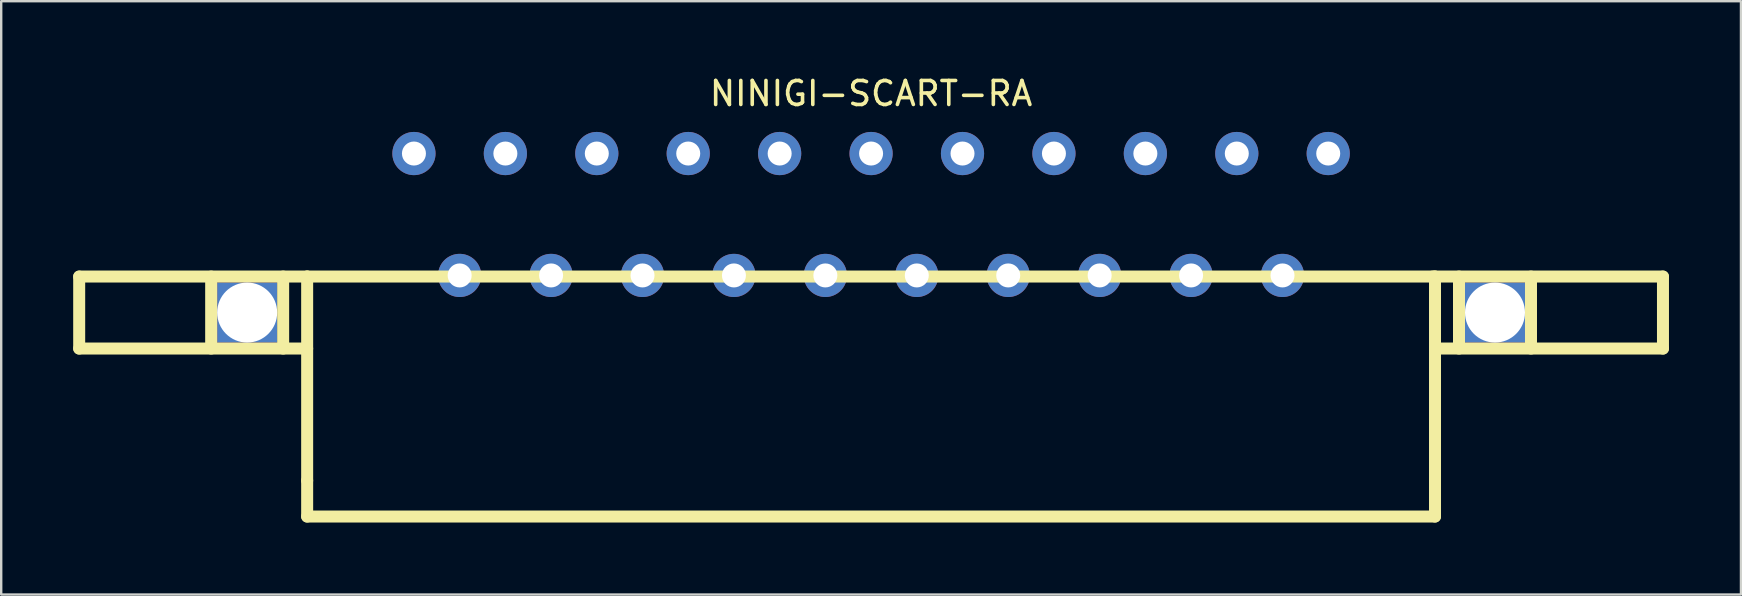
<source format=kicad_pcb>
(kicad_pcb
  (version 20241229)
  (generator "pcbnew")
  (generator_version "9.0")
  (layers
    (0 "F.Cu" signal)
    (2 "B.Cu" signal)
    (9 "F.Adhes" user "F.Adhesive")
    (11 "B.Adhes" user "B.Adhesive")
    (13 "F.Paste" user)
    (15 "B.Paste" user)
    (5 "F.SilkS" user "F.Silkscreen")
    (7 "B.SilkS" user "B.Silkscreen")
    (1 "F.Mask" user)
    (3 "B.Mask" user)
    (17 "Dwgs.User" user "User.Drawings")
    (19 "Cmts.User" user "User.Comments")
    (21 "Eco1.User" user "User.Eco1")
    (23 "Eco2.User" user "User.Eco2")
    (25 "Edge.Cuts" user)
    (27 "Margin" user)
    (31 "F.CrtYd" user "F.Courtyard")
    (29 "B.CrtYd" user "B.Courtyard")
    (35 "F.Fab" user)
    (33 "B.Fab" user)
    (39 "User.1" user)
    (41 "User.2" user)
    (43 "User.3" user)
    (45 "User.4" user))
  (footprint "NINIGI-SCART-RA"
    (layer "F.Cu")
    (at 33.25 3.348)
    (property "Reference" "NINIGI-SCART-RA" (at 0 -2.5 0) (layer "F.SilkS") (effects (font (size 1 1) (thickness 0.15))))
    (attr through_hole)
    (fp_line (start -33 5.127) (end -33 8.127) (stroke (width 0.5) (type solid)) (layer "F.SilkS"))
    (fp_line (start -33 5.127) (end -23.5 5.127) (stroke (width 0.5) (type solid)) (layer "F.SilkS"))
    (fp_line (start -33 8.127) (end -23.5 8.127) (stroke (width 0.5) (type solid)) (layer "F.SilkS"))
    (fp_line (start -27.5 8.127) (end -27.5 5.127) (stroke (width 0.5) (type solid)) (layer "F.SilkS"))
    (fp_line (start -24.5 8.127) (end -24.5 5.127) (stroke (width 0.5) (type solid)) (layer "F.SilkS"))
    (fp_line (start -23.5 5.127) (end 23.5 5.127) (stroke (width 0.5) (type solid)) (layer "F.SilkS"))
    (fp_line (start -23.5 13.627) (end -23.5 5.127) (stroke (width 0.5) (type solid)) (layer "F.SilkS"))
    (fp_line (start -23.5 15.127) (end -23.5 13.627) (stroke (width 0.5) (type solid)) (layer "F.SilkS"))
    (fp_line (start -23.5 15.127) (end 23.5 15.127) (stroke (width 0.5) (type solid)) (layer "F.SilkS"))
    (fp_line (start 23.4 5.127) (end 33 5.127) (stroke (width 0.5) (type solid)) (layer "F.SilkS"))
    (fp_line (start 23.5 5.127) (end 23.5 13.627) (stroke (width 0.5) (type solid)) (layer "F.SilkS"))
    (fp_line (start 23.5 15.127) (end 23.5 13.627) (stroke (width 0.5) (type solid)) (layer "F.SilkS"))
    (fp_line (start 24.5 5.127) (end 24.5 8.127) (stroke (width 0.5) (type solid)) (layer "F.SilkS"))
    (fp_line (start 27.5 8.127) (end 27.5 5.127) (stroke (width 0.5) (type solid)) (layer "F.SilkS"))
    (fp_line (start 33 5.127) (end 33 8.127) (stroke (width 0.5) (type solid)) (layer "F.SilkS"))
    (fp_line (start 33 8.127) (end 23.5 8.127) (stroke (width 0.5) (type solid)) (layer "F.SilkS"))
    (pad "" np_thru_hole rect (at -26 6.627) (size 2.5 2.5) (drill 2.5) (layers "*.Cu" "*.Mask"))
    (pad "" np_thru_hole rect (at 26 6.627) (size 2.5 2.5) (drill 2.5) (layers "*.Cu" "*.Mask"))
    (pad "1" thru_hole circle (at 19.05 0) (size 1.8 1.8) (drill 1) (layers "*.Cu" "*.Mask"))
    (pad "2" thru_hole circle (at 17.145 5.08) (size 1.8 1.8) (drill 1) (layers "*.Cu" "*.Mask"))
    (pad "3" thru_hole circle (at 15.24 0) (size 1.8 1.8) (drill 1) (layers "*.Cu" "*.Mask"))
    (pad "4" thru_hole circle (at 13.335 5.08) (size 1.8 1.8) (drill 1) (layers "*.Cu" "*.Mask"))
    (pad "5" thru_hole circle (at 11.43 0) (size 1.8 1.8) (drill 1) (layers "*.Cu" "*.Mask"))
    (pad "6" thru_hole circle (at 9.525 5.08) (size 1.8 1.8) (drill 1) (layers "*.Cu" "*.Mask"))
    (pad "7" thru_hole circle (at 7.62 0) (size 1.8 1.8) (drill 1) (layers "*.Cu" "*.Mask"))
    (pad "8" thru_hole circle (at 5.715 5.08) (size 1.8 1.8) (drill 1) (layers "*.Cu" "*.Mask"))
    (pad "9" thru_hole circle (at 3.81 0) (size 1.8 1.8) (drill 1) (layers "*.Cu" "*.Mask"))
    (pad "10" thru_hole circle (at 1.905 5.08) (size 1.8 1.8) (drill 1) (layers "*.Cu" "*.Mask"))
    (pad "11" thru_hole circle (at 0 0) (size 1.8 1.8) (drill 1) (layers "*.Cu" "*.Mask"))
    (pad "12" thru_hole circle (at -1.905 5.08) (size 1.8 1.8) (drill 1) (layers "*.Cu" "*.Mask"))
    (pad "13" thru_hole circle (at -3.81 0) (size 1.8 1.8) (drill 1) (layers "*.Cu" "*.Mask"))
    (pad "14" thru_hole circle (at -5.715 5.08) (size 1.8 1.8) (drill 1) (layers "*.Cu" "*.Mask"))
    (pad "15" thru_hole circle (at -7.62 0) (size 1.8 1.8) (drill 1) (layers "*.Cu" "*.Mask"))
    (pad "16" thru_hole circle (at -9.525 5.08) (size 1.8 1.8) (drill 1) (layers "*.Cu" "*.Mask"))
    (pad "17" thru_hole circle (at -11.43 0) (size 1.8 1.8) (drill 1) (layers "*.Cu" "*.Mask"))
    (pad "18" thru_hole circle (at -13.335 5.08) (size 1.8 1.8) (drill 1) (layers "*.Cu" "*.Mask"))
    (pad "19" thru_hole circle (at -15.24 0) (size 1.8 1.8) (drill 1) (layers "*.Cu" "*.Mask"))
    (pad "20" thru_hole circle (at -17.145 5.08) (size 1.8 1.8) (drill 1) (layers "*.Cu" "*.Mask"))
    (pad "21" thru_hole circle (at -19.05 0) (size 1.8 1.8) (drill 1) (layers "*.Cu" "*.Mask")))
  (gr_rect
    (start -3 -3)
    (end 69.5 21.725)
    (stroke (width 0.1) (type default))
    (fill no)
    (layer "Edge.Cuts")))
</source>
